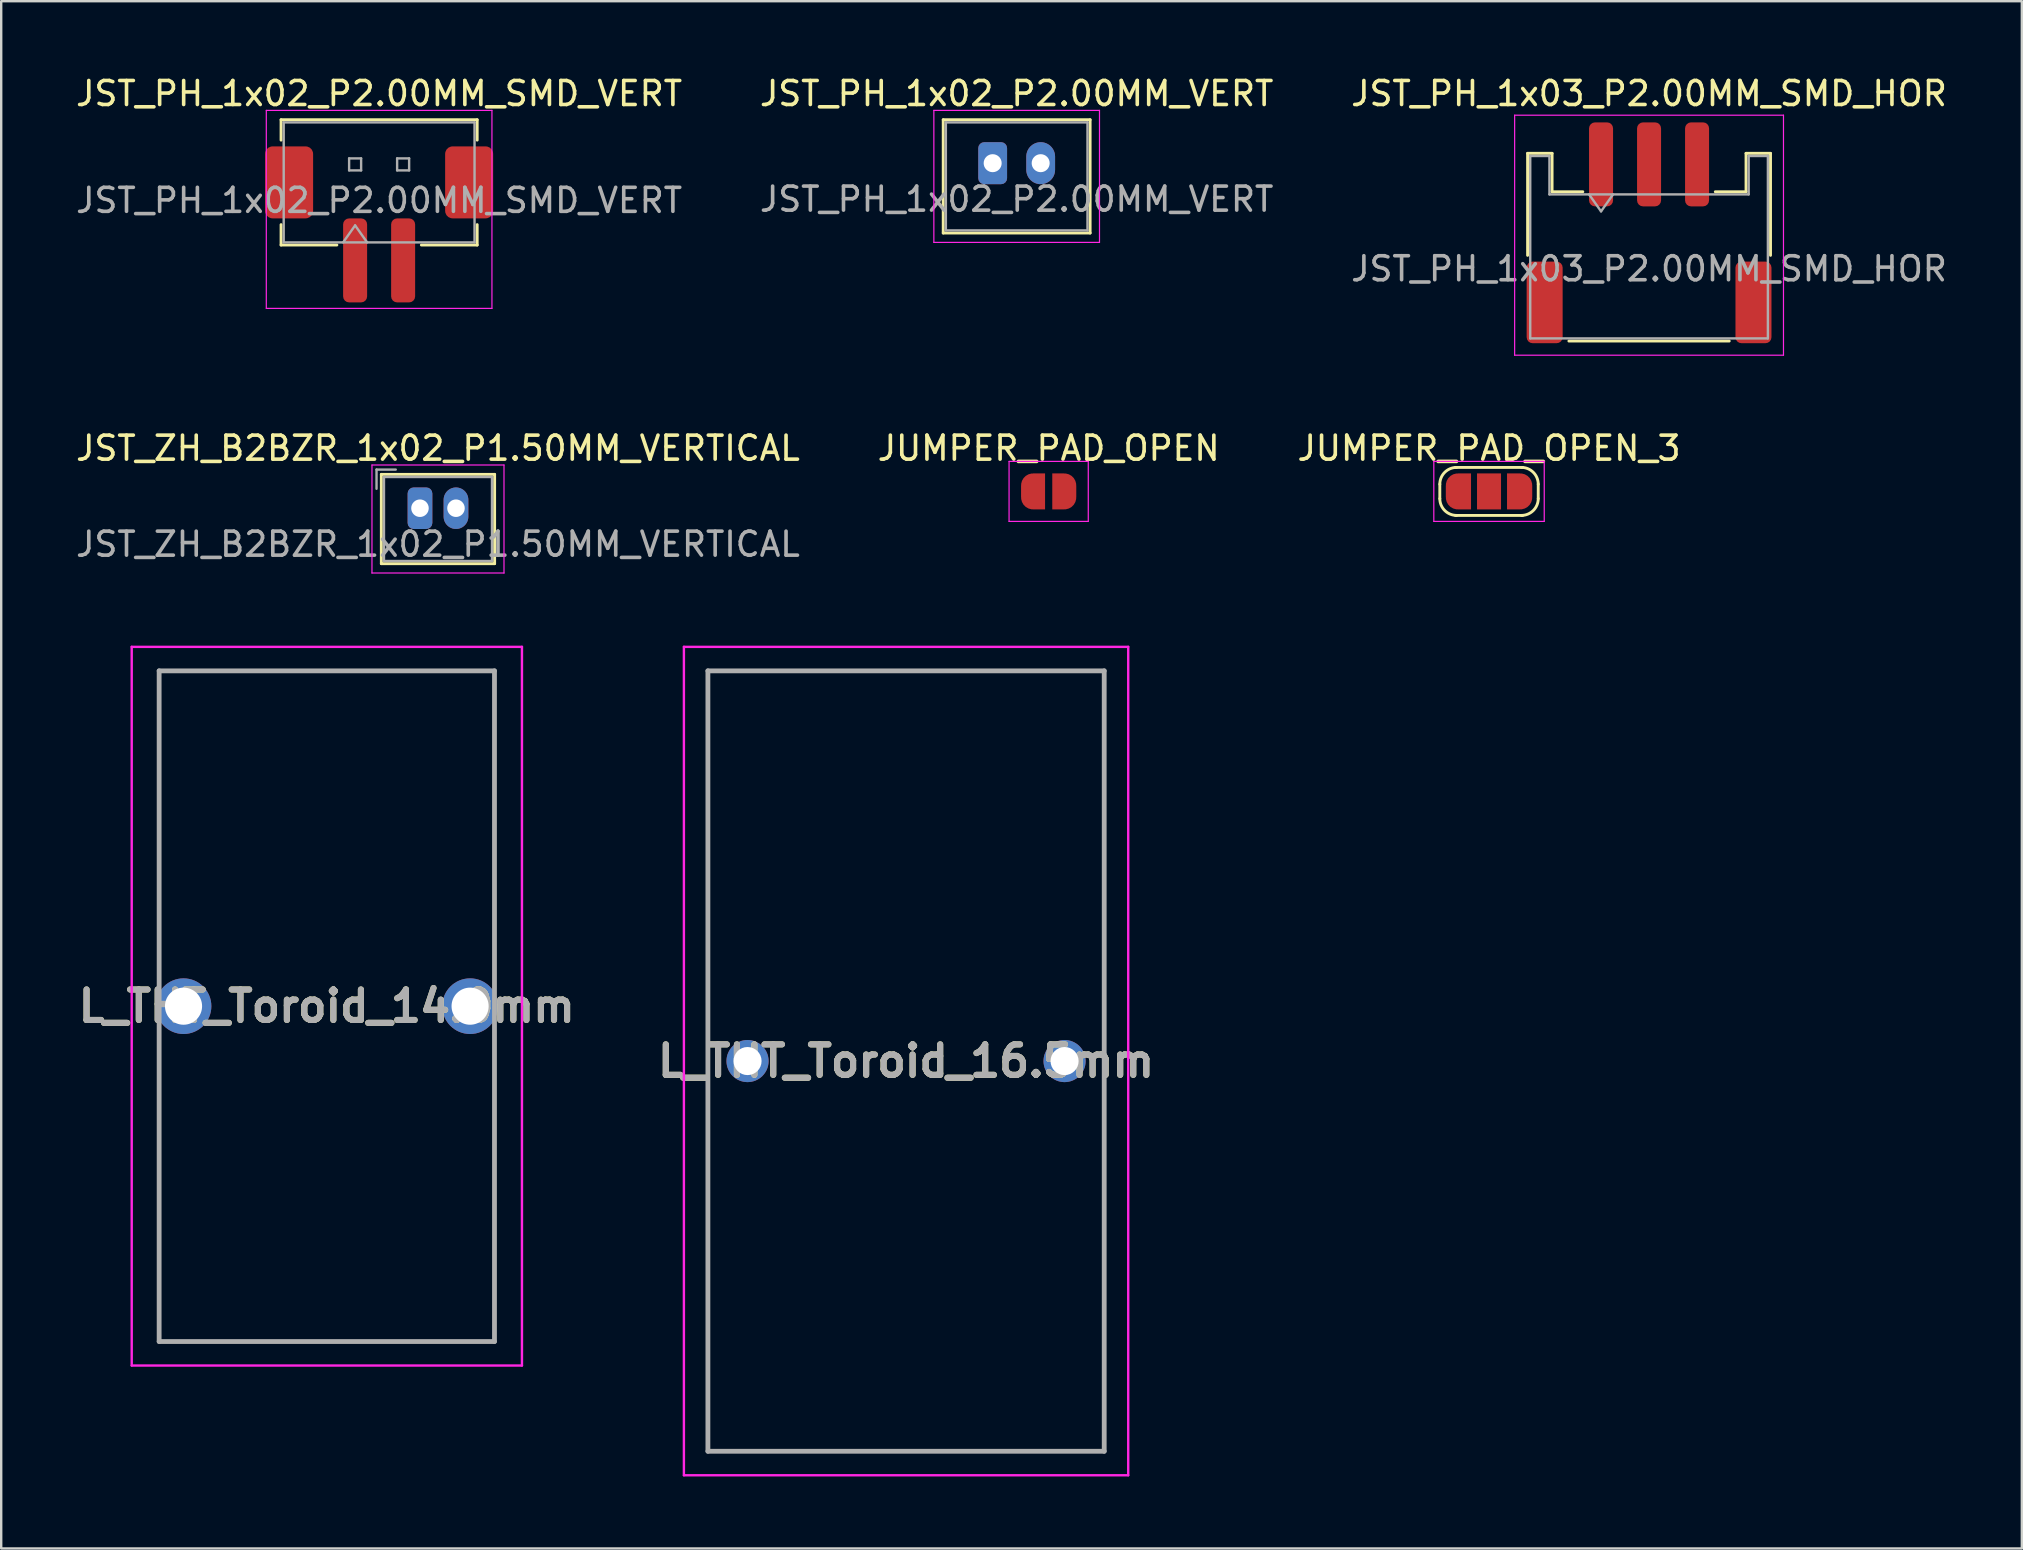
<source format=kicad_pcb>
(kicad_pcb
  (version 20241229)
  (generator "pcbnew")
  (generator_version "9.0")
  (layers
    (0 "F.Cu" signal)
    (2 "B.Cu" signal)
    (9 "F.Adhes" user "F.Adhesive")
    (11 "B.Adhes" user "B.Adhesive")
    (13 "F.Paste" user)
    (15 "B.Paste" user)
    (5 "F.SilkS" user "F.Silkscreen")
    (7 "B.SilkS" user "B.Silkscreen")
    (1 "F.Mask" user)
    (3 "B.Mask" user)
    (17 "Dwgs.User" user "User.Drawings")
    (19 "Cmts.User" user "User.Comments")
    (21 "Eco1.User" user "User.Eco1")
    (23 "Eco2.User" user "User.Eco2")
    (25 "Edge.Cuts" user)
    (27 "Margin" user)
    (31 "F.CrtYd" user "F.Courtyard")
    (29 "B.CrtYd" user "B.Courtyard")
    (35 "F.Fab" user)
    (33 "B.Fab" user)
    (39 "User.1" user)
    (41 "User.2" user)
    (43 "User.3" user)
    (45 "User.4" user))
  (footprint "JST_PH_1x03_P2.00MM_SMD_HOR"
    (layer "F.Cu")
    (at 65.649 6.648)
    (property "Reference" "JST_PH_1x03_P2.00MM_SMD_HOR" (at 0 -5.8 0) (layer "F.SilkS") (effects (font (size 1 1) (thickness 0.15))))
    (attr smd)
    (fp_line (start -5.06 -3.31) (end -4.04 -3.31) (stroke (width 0.12) (type solid)) (layer "F.SilkS"))
    (fp_line (start -5.06 0.94) (end -5.06 -3.31) (stroke (width 0.12) (type solid)) (layer "F.SilkS"))
    (fp_line (start -4.04 -3.31) (end -4.04 -1.71) (stroke (width 0.12) (type solid)) (layer "F.SilkS"))
    (fp_line (start -4.04 -1.71) (end -2.76 -1.71) (stroke (width 0.12) (type solid)) (layer "F.SilkS"))
    (fp_line (start -3.34 4.51) (end 3.34 4.51) (stroke (width 0.12) (type solid)) (layer "F.SilkS"))
    (fp_line (start 4.04 -3.31) (end 4.04 -1.71) (stroke (width 0.12) (type solid)) (layer "F.SilkS"))
    (fp_line (start 4.04 -1.71) (end 2.76 -1.71) (stroke (width 0.12) (type solid)) (layer "F.SilkS"))
    (fp_line (start 5.06 -3.31) (end 4.04 -3.31) (stroke (width 0.12) (type solid)) (layer "F.SilkS"))
    (fp_line (start 5.06 0.94) (end 5.06 -3.31) (stroke (width 0.12) (type solid)) (layer "F.SilkS"))
    (fp_line (start -5.6 -4.9) (end -5.6 5.1) (stroke (width 0.05) (type solid)) (layer "F.CrtYd"))
    (fp_line (start -5.6 5.1) (end 5.6 5.1) (stroke (width 0.05) (type solid)) (layer "F.CrtYd"))
    (fp_line (start 5.6 -4.9) (end -5.6 -4.9) (stroke (width 0.05) (type solid)) (layer "F.CrtYd"))
    (fp_line (start 5.6 5.1) (end 5.6 -4.9) (stroke (width 0.05) (type solid)) (layer "F.CrtYd"))
    (fp_line (start -4.95 -3.2) (end -4.95 4.4) (stroke (width 0.1) (type solid)) (layer "F.Fab"))
    (fp_line (start -4.95 -3.2) (end -4.15 -3.2) (stroke (width 0.1) (type solid)) (layer "F.Fab"))
    (fp_line (start -4.95 4.4) (end 4.95 4.4) (stroke (width 0.1) (type solid)) (layer "F.Fab"))
    (fp_line (start -4.15 -3.2) (end -4.15 -1.6) (stroke (width 0.1) (type solid)) (layer "F.Fab"))
    (fp_line (start -4.15 -1.6) (end 4.15 -1.6) (stroke (width 0.1) (type solid)) (layer "F.Fab"))
    (fp_line (start -2.5 -1.6) (end -2 -0.893) (stroke (width 0.1) (type solid)) (layer "F.Fab"))
    (fp_line (start -2 -0.893) (end -1.5 -1.6) (stroke (width 0.1) (type solid)) (layer "F.Fab"))
    (fp_line (start 4.15 -3.2) (end 4.95 -3.2) (stroke (width 0.1) (type solid)) (layer "F.Fab"))
    (fp_line (start 4.15 -1.6) (end 4.15 -3.2) (stroke (width 0.1) (type solid)) (layer "F.Fab"))
    (fp_line (start 4.95 -3.2) (end 4.95 4.4) (stroke (width 0.1) (type solid)) (layer "F.Fab"))
    (fp_text user "${REFERENCE}" (at 0 1.5 0) (layer "F.Fab") (effects (font (size 1 1) (thickness 0.15))))
    (pad "1" smd roundrect (at -2 -2.85) (size 1 3.5) (layers "F.Cu" "F.Mask" "F.Paste") (roundrect_rratio 0.25))
    (pad "2" smd roundrect (at 0 -2.85) (size 1 3.5) (layers "F.Cu" "F.Mask" "F.Paste") (roundrect_rratio 0.25))
    (pad "3" smd roundrect (at 2 -2.85) (size 1 3.5) (layers "F.Cu" "F.Mask" "F.Paste") (roundrect_rratio 0.25))
    (pad "MP" smd roundrect (at -4.35 2.9) (size 1.5 3.4) (layers "F.Cu" "F.Mask" "F.Paste") (roundrect_rratio 0.167))
    (pad "MP" smd roundrect (at 4.35 2.9) (size 1.5 3.4) (layers "F.Cu" "F.Mask" "F.Paste") (roundrect_rratio 0.167)))
  (footprint "JST_ZH_B2BZR_1x02_P1.50MM_VERTICAL"
    (layer "F.Cu")
    (at 14.446 18.122)
    (property "Reference" "JST_ZH_B2BZR_1x02_P1.50MM_VERTICAL" (at 0.75 -2.5 0) (layer "F.SilkS") (effects (font (size 1 1) (thickness 0.15))))
    (attr through_hole)
    (fp_line (start -1.61 -1.41) (end -1.61 2.31) (stroke (width 0.12) (type solid)) (layer "F.SilkS"))
    (fp_line (start -1.61 2.31) (end 3.11 2.31) (stroke (width 0.12) (type solid)) (layer "F.SilkS"))
    (fp_line (start 3.11 -1.41) (end -1.61 -1.41) (stroke (width 0.12) (type solid)) (layer "F.SilkS"))
    (fp_line (start 3.11 2.31) (end 3.11 -1.41) (stroke (width 0.12) (type solid)) (layer "F.SilkS"))
    (fp_line (start -2 -1.8) (end -2 2.7) (stroke (width 0.05) (type solid)) (layer "F.CrtYd"))
    (fp_line (start -2 2.7) (end 3.5 2.7) (stroke (width 0.05) (type solid)) (layer "F.CrtYd"))
    (fp_line (start 3.5 -1.8) (end -2 -1.8) (stroke (width 0.05) (type solid)) (layer "F.CrtYd"))
    (fp_line (start 3.5 2.7) (end 3.5 -1.8) (stroke (width 0.05) (type solid)) (layer "F.CrtYd"))
    (fp_line (start -1.81 -1.61) (end -1.81 -0.81) (stroke (width 0.1) (type solid)) (layer "F.Fab"))
    (fp_line (start -1.5 -1.3) (end -1.5 2.2) (stroke (width 0.1) (type solid)) (layer "F.Fab"))
    (fp_line (start -1.5 2.2) (end 3 2.2) (stroke (width 0.1) (type solid)) (layer "F.Fab"))
    (fp_line (start -1.01 -1.61) (end -1.81 -1.61) (stroke (width 0.1) (type solid)) (layer "F.Fab"))
    (fp_line (start 3 -1.3) (end -1.5 -1.3) (stroke (width 0.1) (type solid)) (layer "F.Fab"))
    (fp_line (start 3 2.2) (end 3 -1.3) (stroke (width 0.1) (type solid)) (layer "F.Fab"))
    (fp_text user "${REFERENCE}" (at 0.75 1.5 0) (layer "F.Fab") (effects (font (size 1 1) (thickness 0.15))))
    (pad "1" thru_hole roundrect (at 0 0) (size 1.03 1.73) (drill 0.73) (layers "*.Cu" "*.Mask") (roundrect_rratio 0.243))
    (pad "2" thru_hole oval (at 1.5 0) (size 1.03 1.73) (drill 0.73) (layers "*.Cu" "*.Mask")))
  (footprint "JUMPER_PAD_OPEN"
    (layer "F.Cu")
    (at 40.637 17.422)
    (property "Reference" "JUMPER_PAD_OPEN" (at 0 -1.8 0) (layer "F.SilkS") (effects (font (size 1 1) (thickness 0.15))))
    (attr exclude_from_pos_files exclude_from_bom)
    (fp_line (start -1.65 -1.25) (end -1.65 1.25) (stroke (width 0.05) (type solid)) (layer "F.CrtYd"))
    (fp_line (start -1.65 -1.25) (end 1.65 -1.25) (stroke (width 0.05) (type solid)) (layer "F.CrtYd"))
    (fp_line (start 1.65 1.25) (end -1.65 1.25) (stroke (width 0.05) (type solid)) (layer "F.CrtYd"))
    (fp_line (start 1.65 1.25) (end 1.65 -1.25) (stroke (width 0.05) (type solid)) (layer "F.CrtYd"))
    (pad "1" smd custom (at -0.65 0) (size 1 0.5) (layers "F.Cu" "F.Mask") (options (anchor rect)) (primitives (gr_circle (center 0 0.25) (end 0.5 0.25) (width 0) (fill yes)) (gr_circle (center 0 -0.25) (end 0.5 -0.25) (width 0) (fill yes)) (gr_poly (pts (xy 0.5 0.75) (xy 0 0.75) (xy 0 -0.75) (xy 0.5 -0.75)) (width 0) (fill yes))))
    (pad "2" smd custom (at 0.65 0) (size 1 0.5) (layers "F.Cu" "F.Mask") (options (anchor rect)) (primitives (gr_circle (center 0 0.25) (end 0.5 0.25) (width 0) (fill yes)) (gr_circle (center 0 -0.25) (end 0.5 -0.25) (width 0) (fill yes)) (gr_poly (pts (xy 0 0.75) (xy -0.5 0.75) (xy -0.5 -0.75) (xy 0 -0.75)) (width 0) (fill yes)))))
  (footprint "JUMPER_PAD_OPEN_3"
    (layer "F.Cu")
    (at 58.982 17.422)
    (property "Reference" "JUMPER_PAD_OPEN_3" (at 0 -1.8 0) (layer "F.SilkS") (effects (font (size 1 1) (thickness 0.15))))
    (attr exclude_from_pos_files exclude_from_bom)
    (fp_line (start -2.05 0.3) (end -2.05 -0.3) (stroke (width 0.12) (type solid)) (layer "F.SilkS"))
    (fp_line (start -1.4 -1) (end 1.4 -1) (stroke (width 0.12) (type solid)) (layer "F.SilkS"))
    (fp_line (start 1.4 1) (end -1.4 1) (stroke (width 0.12) (type solid)) (layer "F.SilkS"))
    (fp_line (start 2.05 -0.3) (end 2.05 0.3) (stroke (width 0.12) (type solid)) (layer "F.SilkS"))
    (fp_arc (start -2.05 -0.3) (mid -1.844975 -0.794975) (end -1.35 -1) (stroke (width 0.12) (type solid)) (layer "F.SilkS"))
    (fp_arc (start -1.35 1) (mid -1.844975 0.794975) (end -2.05 0.3) (stroke (width 0.12) (type solid)) (layer "F.SilkS"))
    (fp_arc (start 1.35 -1) (mid 1.844975 -0.794975) (end 2.05 -0.3) (stroke (width 0.12) (type solid)) (layer "F.SilkS"))
    (fp_arc (start 2.05 0.3) (mid 1.844975 0.794975) (end 1.35 1) (stroke (width 0.12) (type solid)) (layer "F.SilkS"))
    (fp_line (start -2.3 -1.25) (end -2.3 1.25) (stroke (width 0.05) (type solid)) (layer "F.CrtYd"))
    (fp_line (start -2.3 -1.25) (end 2.3 -1.25) (stroke (width 0.05) (type solid)) (layer "F.CrtYd"))
    (fp_line (start 2.3 1.25) (end -2.3 1.25) (stroke (width 0.05) (type solid)) (layer "F.CrtYd"))
    (fp_line (start 2.3 1.25) (end 2.3 -1.25) (stroke (width 0.05) (type solid)) (layer "F.CrtYd"))
    (pad "1" smd custom (at -1.3 0) (size 1 0.5) (layers "F.Cu" "F.Mask") (options (anchor rect)) (primitives (gr_circle (center 0 0.25) (end 0.5 0.25) (width 0) (fill yes)) (gr_circle (center 0 -0.25) (end 0.5 -0.25) (width 0) (fill yes)) (gr_poly (pts (xy 0.55 0.75) (xy 0 0.75) (xy 0 -0.75) (xy 0.55 -0.75)) (width 0) (fill yes))))
    (pad "2" smd rect (at 0 0) (size 1 1.5) (layers "F.Cu" "F.Mask"))
    (pad "3" smd custom (at 1.3 0) (size 1 0.5) (layers "F.Cu" "F.Mask") (options (anchor rect)) (primitives (gr_circle (center 0 0.25) (end 0.5 0.25) (width 0) (fill yes)) (gr_circle (center 0 -0.25) (end 0.5 -0.25) (width 0) (fill yes)) (gr_poly (pts (xy 0 0.75) (xy -0.55 0.75) (xy -0.55 -0.75) (xy 0 -0.75)) (width 0) (fill yes)))))
  (footprint "L_THT_Toroid_14.0mm"
    (layer "F.Cu")
    (at 4.596 38.867)
    (property "Reference" "L_THT_Toroid_14.0mm" (at 5.969 0 0) (layer "F.SilkS") (effects (font (size 1.27 1.27) (thickness 0.254))))
    (attr through_hole)
    (fp_line (start -1.031 2) (end -1.016 13.97) (stroke (width 0.1) (type solid)) (layer "F.SilkS"))
    (fp_line (start -1.016 -13.97) (end 12.954 -13.97) (stroke (width 0.1) (type solid)) (layer "F.SilkS"))
    (fp_line (start -1.016 -1.5) (end -1.016 -13.97) (stroke (width 0.1) (type solid)) (layer "F.SilkS"))
    (fp_line (start -1.016 13.97) (end 12.954 13.97) (stroke (width 0.1) (type solid)) (layer "F.SilkS"))
    (fp_line (start 12.954 -13.97) (end 12.954 -1.5) (stroke (width 0.1) (type solid)) (layer "F.SilkS"))
    (fp_line (start 12.954 13.97) (end 12.954 2) (stroke (width 0.1) (type solid)) (layer "F.SilkS"))
    (fp_line (start -2.159 -14.97) (end 14.098 -14.97) (stroke (width 0.1) (type solid)) (layer "F.CrtYd"))
    (fp_line (start -2.159 14.97) (end -2.159 -14.97) (stroke (width 0.1) (type solid)) (layer "F.CrtYd"))
    (fp_line (start 14.098 -14.97) (end 14.098 14.97) (stroke (width 0.1) (type solid)) (layer "F.CrtYd"))
    (fp_line (start 14.098 14.97) (end -2.159 14.97) (stroke (width 0.1) (type solid)) (layer "F.CrtYd"))
    (fp_line (start -1.016 -13.97) (end -1.016 13.97) (stroke (width 0.2) (type solid)) (layer "F.Fab"))
    (fp_line (start -1.016 13.97) (end 12.954 13.97) (stroke (width 0.2) (type solid)) (layer "F.Fab"))
    (fp_line (start 12.954 -13.97) (end -1.016 -13.97) (stroke (width 0.2) (type solid)) (layer "F.Fab"))
    (fp_line (start 12.954 13.97) (end 12.954 -13.97) (stroke (width 0.2) (type solid)) (layer "F.Fab"))
    (fp_text user "${REFERENCE}" (at 5.969 0 0) (layer "F.Fab") (effects (font (size 1.27 1.27) (thickness 0.254))))
    (pad "1" thru_hole circle (at 0 0) (size 2.319 2.319) (drill 1.546) (layers "*.Cu" "*.Mask"))
    (pad "2" thru_hole circle (at 11.938 0) (size 2.319 2.319) (drill 1.546) (layers "*.Cu" "*.Mask")))
  (footprint "JST_PH_1x02_P2.00MM_SMD_VERT"
    (layer "F.Cu")
    (at 12.744 6.298)
    (property "Reference" "JST_PH_1x02_P2.00MM_SMD_VERT" (at 0 -5.45 0) (layer "F.SilkS") (effects (font (size 1 1) (thickness 0.15))))
    (attr smd)
    (fp_line (start -4.085 -4.36) (end 4.085 -4.36) (stroke (width 0.12) (type solid)) (layer "F.SilkS"))
    (fp_line (start -4.085 -3.51) (end -4.085 -4.36) (stroke (width 0.12) (type solid)) (layer "F.SilkS"))
    (fp_line (start -4.085 0.01) (end -4.085 0.86) (stroke (width 0.12) (type solid)) (layer "F.SilkS"))
    (fp_line (start -4.085 0.86) (end -1.76 0.86) (stroke (width 0.12) (type solid)) (layer "F.SilkS"))
    (fp_line (start 4.085 -4.36) (end 4.085 -3.51) (stroke (width 0.12) (type solid)) (layer "F.SilkS"))
    (fp_line (start 4.085 0.01) (end 4.085 0.86) (stroke (width 0.12) (type solid)) (layer "F.SilkS"))
    (fp_line (start 4.085 0.86) (end 1.76 0.86) (stroke (width 0.12) (type solid)) (layer "F.SilkS"))
    (fp_line (start -4.7 -4.75) (end -4.7 3.5) (stroke (width 0.05) (type solid)) (layer "F.CrtYd"))
    (fp_line (start -4.7 3.5) (end 4.7 3.5) (stroke (width 0.05) (type solid)) (layer "F.CrtYd"))
    (fp_line (start 4.7 -4.75) (end -4.7 -4.75) (stroke (width 0.05) (type solid)) (layer "F.CrtYd"))
    (fp_line (start 4.7 3.5) (end 4.7 -4.75) (stroke (width 0.05) (type solid)) (layer "F.CrtYd"))
    (fp_line (start -3.975 -4.25) (end 3.975 -4.25) (stroke (width 0.1) (type solid)) (layer "F.Fab"))
    (fp_line (start -3.975 0.75) (end -3.975 -4.25) (stroke (width 0.1) (type solid)) (layer "F.Fab"))
    (fp_line (start -3.975 0.75) (end 3.975 0.75) (stroke (width 0.1) (type solid)) (layer "F.Fab"))
    (fp_line (start -1.5 0.75) (end -1 0.043) (stroke (width 0.1) (type solid)) (layer "F.Fab"))
    (fp_line (start -1.25 -2.75) (end -1.25 -2.25) (stroke (width 0.1) (type solid)) (layer "F.Fab"))
    (fp_line (start -1.25 -2.25) (end -0.75 -2.25) (stroke (width 0.1) (type solid)) (layer "F.Fab"))
    (fp_line (start -1 0.043) (end -0.5 0.75) (stroke (width 0.1) (type solid)) (layer "F.Fab"))
    (fp_line (start -0.75 -2.75) (end -1.25 -2.75) (stroke (width 0.1) (type solid)) (layer "F.Fab"))
    (fp_line (start -0.75 -2.25) (end -0.75 -2.75) (stroke (width 0.1) (type solid)) (layer "F.Fab"))
    (fp_line (start 0.75 -2.75) (end 0.75 -2.25) (stroke (width 0.1) (type solid)) (layer "F.Fab"))
    (fp_line (start 0.75 -2.25) (end 1.25 -2.25) (stroke (width 0.1) (type solid)) (layer "F.Fab"))
    (fp_line (start 1.25 -2.75) (end 0.75 -2.75) (stroke (width 0.1) (type solid)) (layer "F.Fab"))
    (fp_line (start 1.25 -2.25) (end 1.25 -2.75) (stroke (width 0.1) (type solid)) (layer "F.Fab"))
    (fp_line (start 3.975 0.75) (end 3.975 -4.25) (stroke (width 0.1) (type solid)) (layer "F.Fab"))
    (fp_text user "${REFERENCE}" (at 0 -1 0) (layer "F.Fab") (effects (font (size 1 1) (thickness 0.15))))
    (pad "1" smd roundrect (at -1 1.5) (size 1 3.5) (layers "F.Cu" "F.Mask" "F.Paste") (roundrect_rratio 0.25))
    (pad "2" smd roundrect (at 1 1.5) (size 1 3.5) (layers "F.Cu" "F.Mask" "F.Paste") (roundrect_rratio 0.25))
    (pad "MP" smd roundrect (at -3.75 -1.75) (size 2 3) (layers "F.Cu" "F.Mask" "F.Paste") (roundrect_rratio 0.156))
    (pad "MP" smd roundrect (at 3.75 -1.75) (size 2 3) (layers "F.Cu" "F.Mask" "F.Paste") (roundrect_rratio 0.156)))
  (footprint "JST_PH_1x02_P2.00MM_VERT"
    (layer "F.Cu")
    (at 38.304 3.748)
    (property "Reference" "JST_PH_1x02_P2.00MM_VERT" (at 1 -2.9 0) (layer "F.SilkS") (effects (font (size 1 1) (thickness 0.15))))
    (attr through_hole)
    (fp_line (start -2.06 -1.81) (end -2.06 2.91) (stroke (width 0.12) (type solid)) (layer "F.SilkS"))
    (fp_line (start -2.06 2.91) (end 4.06 2.91) (stroke (width 0.12) (type solid)) (layer "F.SilkS"))
    (fp_line (start 4.06 -1.81) (end -2.06 -1.81) (stroke (width 0.12) (type solid)) (layer "F.SilkS"))
    (fp_line (start 4.06 2.91) (end 4.06 -1.81) (stroke (width 0.12) (type solid)) (layer "F.SilkS"))
    (fp_line (start -2.45 -2.2) (end -2.45 3.3) (stroke (width 0.05) (type solid)) (layer "F.CrtYd"))
    (fp_line (start -2.45 3.3) (end 4.45 3.3) (stroke (width 0.05) (type solid)) (layer "F.CrtYd"))
    (fp_line (start 4.45 -2.2) (end -2.45 -2.2) (stroke (width 0.05) (type solid)) (layer "F.CrtYd"))
    (fp_line (start 4.45 3.3) (end 4.45 -2.2) (stroke (width 0.05) (type solid)) (layer "F.CrtYd"))
    (fp_line (start -1.95 -1.7) (end -1.95 2.8) (stroke (width 0.1) (type solid)) (layer "F.Fab"))
    (fp_line (start -1.95 2.8) (end 3.95 2.8) (stroke (width 0.1) (type solid)) (layer "F.Fab"))
    (fp_line (start 3.95 -1.7) (end -1.95 -1.7) (stroke (width 0.1) (type solid)) (layer "F.Fab"))
    (fp_line (start 3.95 2.8) (end 3.95 -1.7) (stroke (width 0.1) (type solid)) (layer "F.Fab"))
    (fp_text user "${REFERENCE}" (at 1 1.5 0) (layer "F.Fab") (effects (font (size 1 1) (thickness 0.15))))
    (pad "1" thru_hole roundrect (at 0 0) (size 1.2 1.75) (drill 0.75) (layers "*.Cu" "*.Mask") (roundrect_rratio 0.208))
    (pad "2" thru_hole oval (at 2 0) (size 1.2 1.75) (drill 0.75) (layers "*.Cu" "*.Mask")))
  (footprint "L_THT_Toroid_16.5mm"
    (layer "F.Cu")
    (at 28.092 41.153)
    (property "Reference" "L_THT_Toroid_16.5mm" (at 6.604 0 0) (layer "F.SilkS") (effects (font (size 1.27 1.27) (thickness 0.254))))
    (attr through_hole)
    (fp_line (start -1.651 -16.256) (end 14.859 -16.256) (stroke (width 0.1) (type solid)) (layer "F.SilkS"))
    (fp_line (start -1.651 16.256) (end -1.651 -16.256) (stroke (width 0.1) (type solid)) (layer "F.SilkS"))
    (fp_line (start 14.859 -16.256) (end 14.859 16.256) (stroke (width 0.1) (type solid)) (layer "F.SilkS"))
    (fp_line (start 14.859 16.256) (end -1.651 16.256) (stroke (width 0.1) (type solid)) (layer "F.SilkS"))
    (fp_line (start -2.651 -17.256) (end 15.859 -17.256) (stroke (width 0.1) (type solid)) (layer "F.CrtYd"))
    (fp_line (start -2.651 17.256) (end -2.651 -17.256) (stroke (width 0.1) (type solid)) (layer "F.CrtYd"))
    (fp_line (start 15.859 -17.256) (end 15.859 17.256) (stroke (width 0.1) (type solid)) (layer "F.CrtYd"))
    (fp_line (start 15.859 17.256) (end -2.651 17.256) (stroke (width 0.1) (type solid)) (layer "F.CrtYd"))
    (fp_line (start -1.651 -16.256) (end 14.859 -16.256) (stroke (width 0.2) (type solid)) (layer "F.Fab"))
    (fp_line (start -1.651 16.256) (end -1.651 -16.256) (stroke (width 0.2) (type solid)) (layer "F.Fab"))
    (fp_line (start 14.859 -16.256) (end 14.859 16.256) (stroke (width 0.2) (type solid)) (layer "F.Fab"))
    (fp_line (start 14.859 16.256) (end -1.651 16.256) (stroke (width 0.2) (type solid)) (layer "F.Fab"))
    (fp_text user "${REFERENCE}" (at 6.604 0 0) (layer "F.Fab") (effects (font (size 1.27 1.27) (thickness 0.254))))
    (pad "1" thru_hole circle (at 0 0) (size 1.755 1.755) (drill 1.17) (layers "*.Cu" "*.Mask"))
    (pad "2" thru_hole circle (at 13.208 0) (size 1.755 1.755) (drill 1.17) (layers "*.Cu" "*.Mask")))
  (gr_rect
    (start -3 -3)
    (end 81.179 61.459)
    (stroke (width 0.1) (type default))
    (fill no)
    (layer "Edge.Cuts")))
</source>
